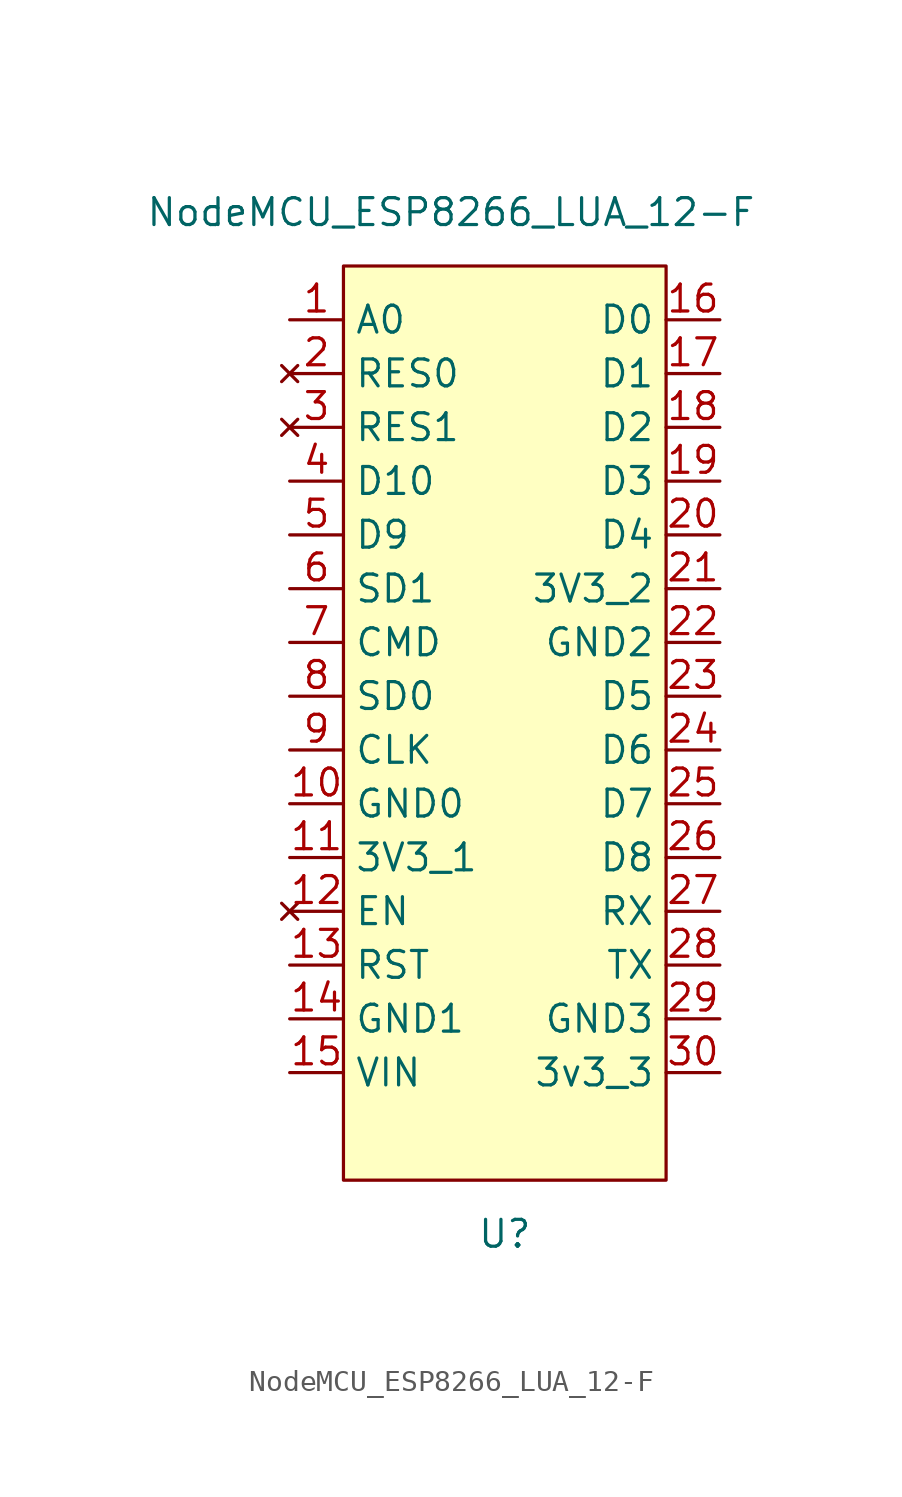
<source format=kicad_sym>
(kicad_symbol_lib
  (version 20211014)
  (generator kicad_symbol_editor)
  (symbol "NodeMCU_ESP8266_LUA_12-F"
    (property "Reference" "U"
      (at 10.16 -43.18 0)
      (effects (font (size 1.27 1.27))))
    (property "Value" "NodeMCU_ESP8266_LUA_12-F"
      (at 7.62 5.08 0)
      (effects (font (size 1.27 1.27))))
    (symbol "NodeMCU_ESP8266_LUA_12-F_0_0"
      (pin input line (at 0 0 0) (length 2.54) (name "A0" (effects (font (size 1.27 1.27)))) (number "1" (effects (font (size 1.27 1.27)))))
      (pin power_out line (at 0 -22.86 0) (length 2.54) (name "GND0" (effects (font (size 1.27 1.27)))) (number "10" (effects (font (size 1.27 1.27)))))
      (pin input line (at 0 -25.4 0) (length 2.54) (name "3V3_1" (effects (font (size 1.27 1.27)))) (number "11" (effects (font (size 1.27 1.27)))))
      (pin no_connect line (at 0 -27.94 0) (length 2.54) (name "EN" (effects (font (size 1.27 1.27)))) (number "12" (effects (font (size 1.27 1.27)))))
      (pin unspecified line (at 0 -30.48 0) (length 2.54) (name "RST" (effects (font (size 1.27 1.27)))) (number "13" (effects (font (size 1.27 1.27)))))
      (pin unspecified line (at 0 -33.02 0) (length 2.54) (name "GND1" (effects (font (size 1.27 1.27)))) (number "14" (effects (font (size 1.27 1.27)))))
      (pin power_in line (at 0 -35.56 0) (length 2.54) (name "VIN" (effects (font (size 1.27 1.27)))) (number "15" (effects (font (size 1.27 1.27)))))
      (pin bidirectional line (at 20.32 0 180) (length 2.54) (name "D0" (effects (font (size 1.27 1.27)))) (number "16" (effects (font (size 1.27 1.27)))))
      (pin bidirectional line (at 20.32 -2.54 180) (length 2.54) (name "D1" (effects (font (size 1.27 1.27)))) (number "17" (effects (font (size 1.27 1.27)))))
      (pin bidirectional line (at 20.32 -5.08 180) (length 2.54) (name "D2" (effects (font (size 1.27 1.27)))) (number "18" (effects (font (size 1.27 1.27)))))
      (pin bidirectional line (at 20.32 -7.62 180) (length 2.54) (name "D3" (effects (font (size 1.27 1.27)))) (number "19" (effects (font (size 1.27 1.27)))))
      (pin no_connect line (at 0 -2.54 0) (length 2.54) (name "RES0" (effects (font (size 1.27 1.27)))) (number "2" (effects (font (size 1.27 1.27)))))
      (pin bidirectional line (at 20.32 -10.16 180) (length 2.54) (name "D4" (effects (font (size 1.27 1.27)))) (number "20" (effects (font (size 1.27 1.27)))))
      (pin power_in line (at 20.32 -12.7 180) (length 2.54) (name "3V3_2" (effects (font (size 1.27 1.27)))) (number "21" (effects (font (size 1.27 1.27)))))
      (pin power_out line (at 20.32 -15.24 180) (length 2.54) (name "GND2" (effects (font (size 1.27 1.27)))) (number "22" (effects (font (size 1.27 1.27)))))
      (pin bidirectional line (at 20.32 -17.78 180) (length 2.54) (name "D5" (effects (font (size 1.27 1.27)))) (number "23" (effects (font (size 1.27 1.27)))))
      (pin bidirectional line (at 20.32 -20.32 180) (length 2.54) (name "D6" (effects (font (size 1.27 1.27)))) (number "24" (effects (font (size 1.27 1.27)))))
      (pin bidirectional line (at 20.32 -22.86 180) (length 2.54) (name "D7" (effects (font (size 1.27 1.27)))) (number "25" (effects (font (size 1.27 1.27)))))
      (pin bidirectional line (at 20.32 -25.4 180) (length 2.54) (name "D8" (effects (font (size 1.27 1.27)))) (number "26" (effects (font (size 1.27 1.27)))))
      (pin input line (at 20.32 -27.94 180) (length 2.54) (name "RX" (effects (font (size 1.27 1.27)))) (number "27" (effects (font (size 1.27 1.27)))))
      (pin output line (at 20.32 -30.48 180) (length 2.54) (name "TX" (effects (font (size 1.27 1.27)))) (number "28" (effects (font (size 1.27 1.27)))))
      (pin power_out line (at 20.32 -33.02 180) (length 2.54) (name "GND3" (effects (font (size 1.27 1.27)))) (number "29" (effects (font (size 1.27 1.27)))))
      (pin no_connect line (at 0 -5.08 0) (length 2.54) (name "RES1" (effects (font (size 1.27 1.27)))) (number "3" (effects (font (size 1.27 1.27)))))
      (pin power_in line (at 20.32 -35.56 180) (length 2.54) (name "3v3_3" (effects (font (size 1.27 1.27)))) (number "30" (effects (font (size 1.27 1.27)))))
      (pin bidirectional line (at 0 -7.62 0) (length 2.54) (name "D10" (effects (font (size 1.27 1.27)))) (number "4" (effects (font (size 1.27 1.27)))))
      (pin bidirectional line (at 0 -10.16 0) (length 2.54) (name "D9" (effects (font (size 1.27 1.27)))) (number "5" (effects (font (size 1.27 1.27)))))
      (pin bidirectional line (at 0 -12.7 0) (length 2.54) (name "SD1" (effects (font (size 1.27 1.27)))) (number "6" (effects (font (size 1.27 1.27)))))
      (pin bidirectional line (at 0 -15.24 0) (length 2.54) (name "CMD" (effects (font (size 1.27 1.27)))) (number "7" (effects (font (size 1.27 1.27)))))
      (pin bidirectional line (at 0 -17.78 0) (length 2.54) (name "SD0" (effects (font (size 1.27 1.27)))) (number "8" (effects (font (size 1.27 1.27)))))
      (pin bidirectional line (at 0 -20.32 0) (length 2.54) (name "CLK" (effects (font (size 1.27 1.27)))) (number "9" (effects (font (size 1.27 1.27))))))
    (symbol "NodeMCU_ESP8266_LUA_12-F_0_1"
      (rectangle (start 2.54 2.54) (end 17.78 -40.64) (stroke (width 0) (type default) (color 0 0 0 0)) (fill (type background))))))
</source>
